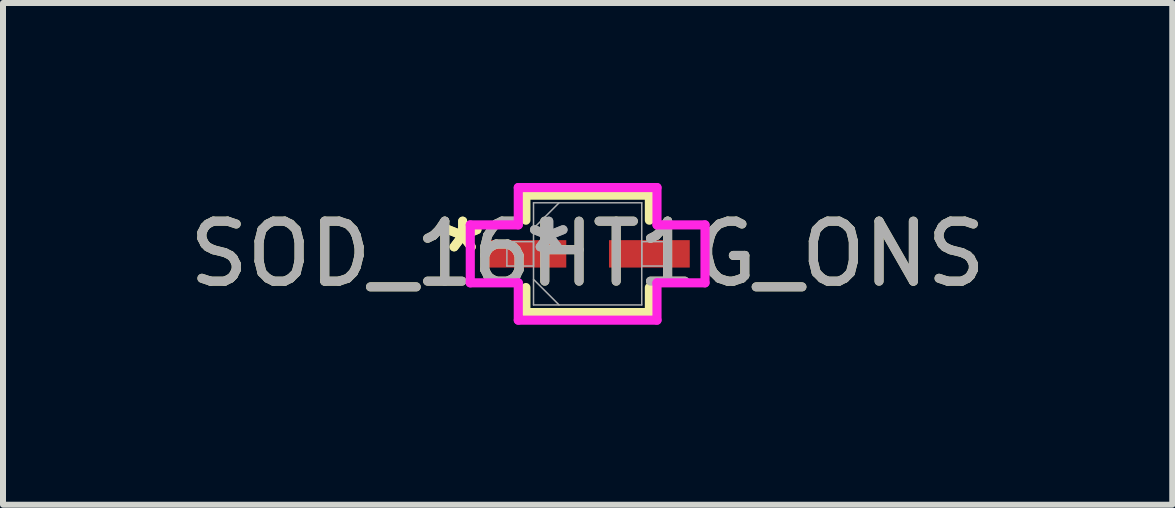
<source format=kicad_pcb>
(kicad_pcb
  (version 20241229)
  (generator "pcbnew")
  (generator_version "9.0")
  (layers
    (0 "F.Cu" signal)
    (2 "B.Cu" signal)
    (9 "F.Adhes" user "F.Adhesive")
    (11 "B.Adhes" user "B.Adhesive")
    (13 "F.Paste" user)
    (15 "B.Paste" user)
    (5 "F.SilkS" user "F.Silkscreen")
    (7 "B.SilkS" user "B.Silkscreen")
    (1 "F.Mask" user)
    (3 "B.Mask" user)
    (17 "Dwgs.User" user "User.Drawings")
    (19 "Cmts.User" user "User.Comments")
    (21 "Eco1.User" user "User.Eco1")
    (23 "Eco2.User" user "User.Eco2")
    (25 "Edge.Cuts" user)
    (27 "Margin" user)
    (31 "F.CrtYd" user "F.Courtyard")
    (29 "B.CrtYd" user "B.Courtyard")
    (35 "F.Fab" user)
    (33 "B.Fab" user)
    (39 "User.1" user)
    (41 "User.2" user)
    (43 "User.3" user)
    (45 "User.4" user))
  (footprint "SOD_16HT1G_ONS"
    (layer "F.Cu")
    (at 6.744 1.181)
    (property "Reference" "SOD_16HT1G_ONS" (at 0 0 0) (unlocked yes) (layer "F.SilkS") (effects (font (size 1 1) (thickness 0.15))))
    (attr smd)
    (fp_line (start -1.029 -0.978) (end -1.029 -0.561) (stroke (width 0.152) (type solid)) (layer "F.SilkS"))
    (fp_line (start -1.029 0.561) (end -1.029 0.978) (stroke (width 0.152) (type solid)) (layer "F.SilkS"))
    (fp_line (start -1.029 0.978) (end 1.029 0.978) (stroke (width 0.152) (type solid)) (layer "F.SilkS"))
    (fp_line (start 1.029 -0.978) (end -1.029 -0.978) (stroke (width 0.152) (type solid)) (layer "F.SilkS"))
    (fp_line (start 1.029 -0.561) (end 1.029 -0.978) (stroke (width 0.152) (type solid)) (layer "F.SilkS"))
    (fp_line (start 1.029 0.978) (end 1.029 0.561) (stroke (width 0.152) (type solid)) (layer "F.SilkS"))
    (fp_line (start -1.956 -0.483) (end -1.156 -0.483) (stroke (width 0.152) (type solid)) (layer "F.CrtYd"))
    (fp_line (start -1.956 0.483) (end -1.956 -0.483) (stroke (width 0.152) (type solid)) (layer "F.CrtYd"))
    (fp_line (start -1.156 -1.105) (end 1.156 -1.105) (stroke (width 0.152) (type solid)) (layer "F.CrtYd"))
    (fp_line (start -1.156 -0.483) (end -1.156 -1.105) (stroke (width 0.152) (type solid)) (layer "F.CrtYd"))
    (fp_line (start -1.156 0.483) (end -1.956 0.483) (stroke (width 0.152) (type solid)) (layer "F.CrtYd"))
    (fp_line (start -1.156 1.105) (end -1.156 0.483) (stroke (width 0.152) (type solid)) (layer "F.CrtYd"))
    (fp_line (start 1.156 -1.105) (end 1.156 -0.483) (stroke (width 0.152) (type solid)) (layer "F.CrtYd"))
    (fp_line (start 1.156 -0.483) (end 1.956 -0.483) (stroke (width 0.152) (type solid)) (layer "F.CrtYd"))
    (fp_line (start 1.156 0.483) (end 1.156 1.105) (stroke (width 0.152) (type solid)) (layer "F.CrtYd"))
    (fp_line (start 1.156 1.105) (end -1.156 1.105) (stroke (width 0.152) (type solid)) (layer "F.CrtYd"))
    (fp_line (start 1.956 -0.483) (end 1.956 0.483) (stroke (width 0.152) (type solid)) (layer "F.CrtYd"))
    (fp_line (start 1.956 0.483) (end 1.156 0.483) (stroke (width 0.152) (type solid)) (layer "F.CrtYd"))
    (fp_line (start -1.346 -0.203) (end -1.346 0.203) (stroke (width 0.025) (type solid)) (layer "F.Fab"))
    (fp_line (start -1.346 0.203) (end -0.902 0.203) (stroke (width 0.025) (type solid)) (layer "F.Fab"))
    (fp_line (start -0.902 -0.851) (end -0.902 0.851) (stroke (width 0.025) (type solid)) (layer "F.Fab"))
    (fp_line (start -0.902 -0.425) (end -0.476 -0.851) (stroke (width 0.025) (type solid)) (layer "F.Fab"))
    (fp_line (start -0.902 -0.203) (end -1.346 -0.203) (stroke (width 0.025) (type solid)) (layer "F.Fab"))
    (fp_line (start -0.902 0.203) (end -0.902 -0.203) (stroke (width 0.025) (type solid)) (layer "F.Fab"))
    (fp_line (start -0.902 0.425) (end -0.476 0.851) (stroke (width 0.025) (type solid)) (layer "F.Fab"))
    (fp_line (start -0.902 0.851) (end 0.902 0.851) (stroke (width 0.025) (type solid)) (layer "F.Fab"))
    (fp_line (start 0.902 -0.851) (end -0.902 -0.851) (stroke (width 0.025) (type solid)) (layer "F.Fab"))
    (fp_line (start 0.902 -0.203) (end 0.902 0.203) (stroke (width 0.025) (type solid)) (layer "F.Fab"))
    (fp_line (start 0.902 0.203) (end 1.346 0.203) (stroke (width 0.025) (type solid)) (layer "F.Fab"))
    (fp_line (start 0.902 0.851) (end 0.902 -0.851) (stroke (width 0.025) (type solid)) (layer "F.Fab"))
    (fp_line (start 1.346 -0.203) (end 0.902 -0.203) (stroke (width 0.025) (type solid)) (layer "F.Fab"))
    (fp_line (start 1.346 0.203) (end 1.346 -0.203) (stroke (width 0.025) (type solid)) (layer "F.Fab"))
    (fp_text user "*" (at -2.083 0 0) (layer "F.SilkS") (effects (font (size 1 1) (thickness 0.15))))
    (fp_text user "*" (at -2.083 0 0) (unlocked yes) (layer "F.SilkS") (effects (font (size 1 1) (thickness 0.15))))
    (fp_text user "${REFERENCE}" (at 0 0 0) (unlocked yes) (layer "F.Fab") (effects (font (size 1 1) (thickness 0.15))))
    (fp_text user "*" (at -0.648 0 0) (unlocked yes) (layer "F.Fab") (effects (font (size 1 1) (thickness 0.15))))
    (fp_text user "*" (at -0.648 0 0) (layer "F.Fab") (effects (font (size 1 1) (thickness 0.15))))
    (pad "1" smd rect (at -1.029 0) (size 1.346 0.457) (layers "F.Cu" "F.Mask" "F.Paste"))
    (pad "2" smd rect (at 1.029 0) (size 1.346 0.457) (layers "F.Cu" "F.Mask" "F.Paste")))
  (gr_rect
    (start -3 -3)
    (end 16.488 5.362)
    (stroke (width 0.1) (type default))
    (fill no)
    (layer "Edge.Cuts")))
</source>
